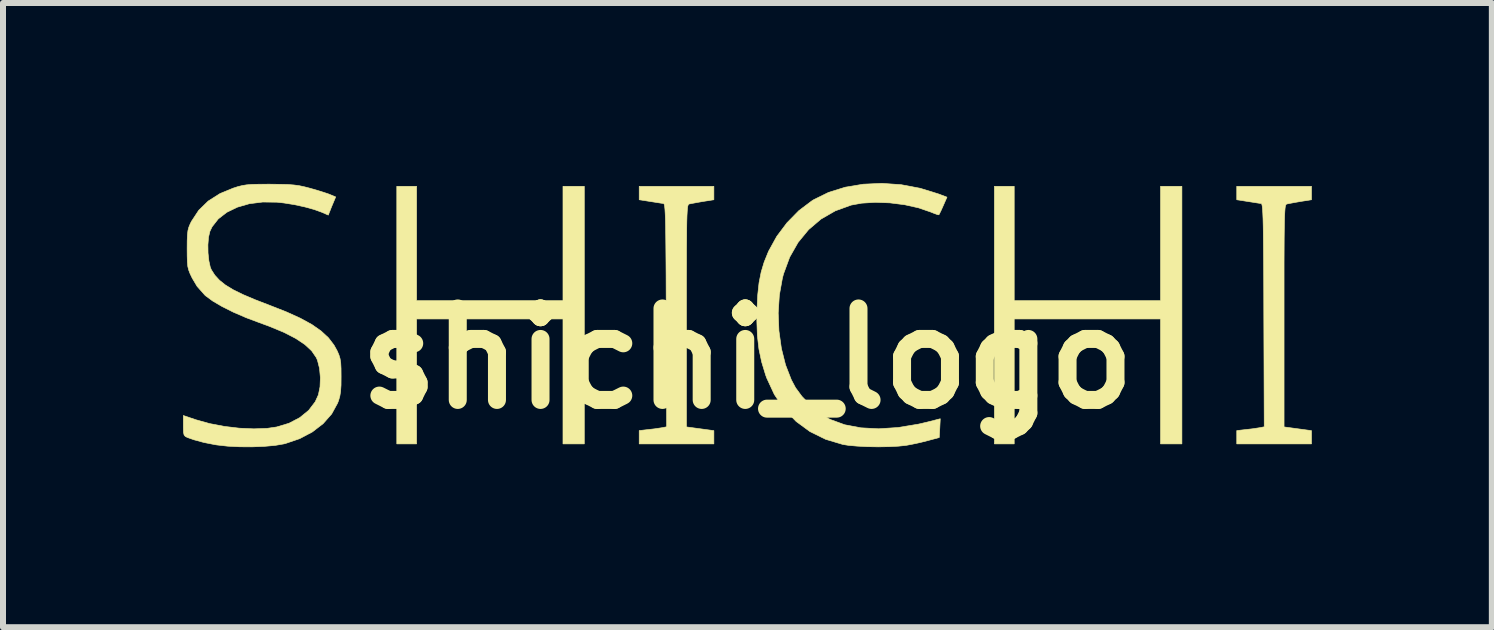
<source format=kicad_pcb>
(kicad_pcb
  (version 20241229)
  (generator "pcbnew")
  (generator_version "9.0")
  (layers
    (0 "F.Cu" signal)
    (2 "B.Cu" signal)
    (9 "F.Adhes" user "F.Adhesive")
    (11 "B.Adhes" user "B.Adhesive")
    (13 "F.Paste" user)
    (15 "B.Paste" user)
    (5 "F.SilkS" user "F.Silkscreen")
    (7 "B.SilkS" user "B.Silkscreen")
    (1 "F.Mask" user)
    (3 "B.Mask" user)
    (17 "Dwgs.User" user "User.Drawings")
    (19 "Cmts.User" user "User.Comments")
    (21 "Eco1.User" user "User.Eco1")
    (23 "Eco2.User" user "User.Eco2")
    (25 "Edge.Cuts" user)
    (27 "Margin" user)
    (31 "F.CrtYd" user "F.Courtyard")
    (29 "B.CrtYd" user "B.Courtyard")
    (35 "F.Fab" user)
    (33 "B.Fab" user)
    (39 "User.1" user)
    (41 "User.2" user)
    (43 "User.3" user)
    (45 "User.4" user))
  (footprint "shichi_logo"
    (layer "F.Cu")
    (at 9.403 2.924)
    (property "Reference" "shichi_logo" (at 0 0 0) (layer "F.SilkS") (effects (font (size 1.524 1.524) (thickness 0.3))))
    (attr through_hole)
    (fp_poly (pts (xy -5.512 -0.965) (xy -3.073 -0.965) (xy -3.073 -2.87) (xy -2.718 -2.87) (xy -2.718 1.422) (xy -3.073 1.422) (xy -3.073 -0.66) (xy -5.512 -0.66) (xy -5.512 1.422) (xy -5.842 1.422) (xy -5.842 -2.87) (xy -5.512 -2.87) (xy -5.512 -0.965)) (stroke (width 0.01) (type solid)) (fill yes) (layer "F.SilkS"))
    (fp_poly (pts (xy 4.445 -0.965) (xy 6.883 -0.965) (xy 6.883 -2.87) (xy 7.239 -2.87) (xy 7.239 1.422) (xy 6.883 1.422) (xy 6.883 -0.66) (xy 4.445 -0.66) (xy 4.445 1.422) (xy 4.115 1.422) (xy 4.115 -2.87) (xy 4.445 -2.87) (xy 4.445 -0.965)) (stroke (width 0.01) (type solid)) (fill yes) (layer "F.SilkS"))
    (fp_poly (pts (xy -0.559 -2.646) (xy -0.743 -2.617) (xy -0.84 -2.6) (xy -0.921 -2.585) (xy -0.97 -2.575) (xy -0.972 -2.575) (xy -0.98 -2.57) (xy -0.987 -2.559) (xy -0.994 -2.538) (xy -0.999 -2.503) (xy -1.003 -2.452) (xy -1.007 -2.38) (xy -1.01 -2.285) (xy -1.012 -2.162) (xy -1.013 -2.009) (xy -1.015 -1.822) (xy -1.015 -1.597) (xy -1.016 -1.332) (xy -1.016 -1.022) (xy -1.016 -0.712) (xy -1.016 1.139) (xy -0.787 1.17) (xy -0.559 1.201) (xy -0.559 1.422) (xy -1.803 1.422) (xy -1.803 1.2) (xy -1.645 1.182) (xy -1.548 1.171) (xy -1.461 1.158) (xy -1.416 1.151) (xy -1.346 1.137) (xy -1.352 -0.72) (xy -1.354 -1.076) (xy -1.355 -1.383) (xy -1.357 -1.647) (xy -1.359 -1.87) (xy -1.361 -2.055) (xy -1.363 -2.206) (xy -1.366 -2.326) (xy -1.37 -2.418) (xy -1.374 -2.486) (xy -1.379 -2.534) (xy -1.384 -2.563) (xy -1.391 -2.578) (xy -1.397 -2.583) (xy -1.44 -2.589) (xy -1.517 -2.601) (xy -1.612 -2.616) (xy -1.619 -2.617) (xy -1.803 -2.646) (xy -1.803 -2.87) (xy -0.559 -2.87) (xy -0.559 -2.646)) (stroke (width 0.01) (type solid)) (fill yes) (layer "F.SilkS"))
    (fp_poly (pts (xy 9.398 -2.646) (xy 9.214 -2.617) (xy 9.117 -2.6) (xy 9.036 -2.585) (xy 8.987 -2.575) (xy 8.985 -2.575) (xy 8.977 -2.57) (xy 8.97 -2.559) (xy 8.963 -2.538) (xy 8.958 -2.503) (xy 8.954 -2.452) (xy 8.95 -2.38) (xy 8.947 -2.285) (xy 8.945 -2.162) (xy 8.943 -2.009) (xy 8.942 -1.822) (xy 8.941 -1.597) (xy 8.941 -1.332) (xy 8.941 -1.022) (xy 8.941 -0.712) (xy 8.941 1.139) (xy 9.169 1.17) (xy 9.398 1.201) (xy 9.398 1.422) (xy 8.153 1.422) (xy 8.153 1.2) (xy 8.312 1.182) (xy 8.409 1.171) (xy 8.496 1.158) (xy 8.541 1.151) (xy 8.611 1.137) (xy 8.604 -0.72) (xy 8.603 -1.076) (xy 8.602 -1.383) (xy 8.6 -1.647) (xy 8.598 -1.87) (xy 8.596 -2.055) (xy 8.594 -2.206) (xy 8.591 -2.326) (xy 8.587 -2.418) (xy 8.583 -2.486) (xy 8.578 -2.534) (xy 8.573 -2.563) (xy 8.566 -2.578) (xy 8.56 -2.583) (xy 8.517 -2.589) (xy 8.44 -2.601) (xy 8.345 -2.616) (xy 8.338 -2.617) (xy 8.153 -2.646) (xy 8.153 -2.87) (xy 9.398 -2.87) (xy 9.398 -2.646)) (stroke (width 0.01) (type solid)) (fill yes) (layer "F.SilkS"))
    (fp_poly (pts (xy 2.561 -2.897) (xy 2.879 -2.837) (xy 3.18 -2.744) (xy 3.325 -2.689) (xy 3.262 -2.546) (xy 3.228 -2.47) (xy 3.201 -2.415) (xy 3.19 -2.395) (xy 3.165 -2.399) (xy 3.107 -2.42) (xy 3.058 -2.44) (xy 2.852 -2.511) (xy 2.619 -2.563) (xy 2.374 -2.594) (xy 2.131 -2.603) (xy 1.904 -2.589) (xy 1.729 -2.557) (xy 1.464 -2.461) (xy 1.226 -2.324) (xy 1.019 -2.148) (xy 0.844 -1.935) (xy 0.704 -1.689) (xy 0.602 -1.412) (xy 0.583 -1.341) (xy 0.532 -1.057) (xy 0.513 -0.76) (xy 0.525 -0.461) (xy 0.566 -0.168) (xy 0.635 0.106) (xy 0.731 0.353) (xy 0.801 0.485) (xy 0.907 0.629) (xy 1.044 0.772) (xy 1.197 0.9) (xy 1.35 0.999) (xy 1.383 1.016) (xy 1.621 1.103) (xy 1.89 1.154) (xy 2.187 1.17) (xy 2.508 1.149) (xy 2.848 1.093) (xy 2.994 1.059) (xy 3.213 1.003) (xy 3.205 1.16) (xy 3.196 1.316) (xy 3.001 1.368) (xy 2.879 1.399) (xy 2.748 1.427) (xy 2.642 1.447) (xy 2.515 1.46) (xy 2.357 1.468) (xy 2.18 1.471) (xy 1.999 1.468) (xy 1.829 1.459) (xy 1.683 1.446) (xy 1.589 1.431) (xy 1.302 1.345) (xy 1.042 1.217) (xy 0.812 1.048) (xy 0.613 0.842) (xy 0.449 0.599) (xy 0.321 0.323) (xy 0.303 0.273) (xy 0.237 0.056) (xy 0.192 -0.157) (xy 0.166 -0.381) (xy 0.157 -0.629) (xy 0.16 -0.826) (xy 0.172 -1.063) (xy 0.194 -1.264) (xy 0.229 -1.441) (xy 0.279 -1.607) (xy 0.347 -1.775) (xy 0.354 -1.791) (xy 0.488 -2.034) (xy 0.659 -2.262) (xy 0.857 -2.464) (xy 1.073 -2.627) (xy 1.105 -2.647) (xy 1.353 -2.769) (xy 1.63 -2.855) (xy 1.929 -2.905) (xy 2.241 -2.919) (xy 2.561 -2.897)) (stroke (width 0.01) (type solid)) (fill yes) (layer "F.SilkS"))
    (fp_poly (pts (xy -7.95 -2.905) (xy -7.785 -2.903) (xy -7.658 -2.9) (xy -7.556 -2.892) (xy -7.467 -2.88) (xy -7.379 -2.861) (xy -7.29 -2.838) (xy -7.174 -2.805) (xy -7.065 -2.771) (xy -6.981 -2.743) (xy -6.954 -2.732) (xy -6.86 -2.693) (xy -6.9 -2.597) (xy -6.932 -2.521) (xy -6.958 -2.454) (xy -6.962 -2.446) (xy -6.983 -2.39) (xy -7.095 -2.439) (xy -7.217 -2.483) (xy -7.372 -2.526) (xy -7.546 -2.564) (xy -7.721 -2.592) (xy -7.837 -2.605) (xy -8.075 -2.608) (xy -8.298 -2.58) (xy -8.499 -2.522) (xy -8.674 -2.437) (xy -8.816 -2.327) (xy -8.919 -2.196) (xy -8.956 -2.119) (xy -8.979 -2.021) (xy -8.989 -1.895) (xy -8.987 -1.758) (xy -8.973 -1.628) (xy -8.949 -1.52) (xy -8.932 -1.48) (xy -8.874 -1.389) (xy -8.797 -1.305) (xy -8.697 -1.225) (xy -8.567 -1.146) (xy -8.402 -1.065) (xy -8.199 -0.979) (xy -7.963 -0.888) (xy -7.683 -0.778) (xy -7.449 -0.672) (xy -7.257 -0.567) (xy -7.103 -0.459) (xy -6.981 -0.346) (xy -6.888 -0.224) (xy -6.835 -0.128) (xy -6.806 -0.061) (xy -6.787 0.002) (xy -6.776 0.072) (xy -6.771 0.165) (xy -6.77 0.294) (xy -6.77 0.305) (xy -6.771 0.443) (xy -6.778 0.546) (xy -6.791 0.627) (xy -6.812 0.7) (xy -6.829 0.744) (xy -6.927 0.923) (xy -7.069 1.084) (xy -7.249 1.223) (xy -7.461 1.335) (xy -7.699 1.416) (xy -7.724 1.422) (xy -7.869 1.447) (xy -8.049 1.463) (xy -8.25 1.471) (xy -8.458 1.47) (xy -8.658 1.46) (xy -8.836 1.44) (xy -8.869 1.435) (xy -9.057 1.398) (xy -9.219 1.354) (xy -9.328 1.316) (xy -9.365 1.298) (xy -9.386 1.273) (xy -9.396 1.227) (xy -9.398 1.146) (xy -9.398 1.119) (xy -9.398 0.949) (xy -9.188 1.02) (xy -8.963 1.083) (xy -8.718 1.13) (xy -8.467 1.16) (xy -8.224 1.171) (xy -8.002 1.163) (xy -7.844 1.14) (xy -7.638 1.078) (xy -7.458 0.984) (xy -7.31 0.863) (xy -7.201 0.72) (xy -7.148 0.604) (xy -7.121 0.471) (xy -7.115 0.318) (xy -7.129 0.165) (xy -7.163 0.031) (xy -7.183 -0.016) (xy -7.26 -0.128) (xy -7.374 -0.234) (xy -7.529 -0.337) (xy -7.726 -0.438) (xy -7.97 -0.539) (xy -8.128 -0.597) (xy -8.352 -0.681) (xy -8.563 -0.772) (xy -8.751 -0.866) (xy -8.908 -0.958) (xy -9.025 -1.044) (xy -9.037 -1.054) (xy -9.169 -1.203) (xy -9.251 -1.341) (xy -9.286 -1.414) (xy -9.309 -1.474) (xy -9.324 -1.534) (xy -9.331 -1.608) (xy -9.334 -1.708) (xy -9.335 -1.828) (xy -9.334 -1.963) (xy -9.33 -2.06) (xy -9.322 -2.131) (xy -9.307 -2.188) (xy -9.284 -2.244) (xy -9.263 -2.286) (xy -9.142 -2.47) (xy -8.984 -2.624) (xy -8.787 -2.749) (xy -8.566 -2.84) (xy -8.488 -2.865) (xy -8.418 -2.882) (xy -8.346 -2.894) (xy -8.26 -2.901) (xy -8.149 -2.904) (xy -8.001 -2.905) (xy -7.95 -2.905)) (stroke (width 0.01) (type solid)) (fill yes) (layer "F.SilkS")))
  (gr_rect
    (start -3 -3)
    (end 21.806 7.4)
    (stroke (width 0.1) (type default))
    (fill no)
    (layer "Edge.Cuts")))
</source>
